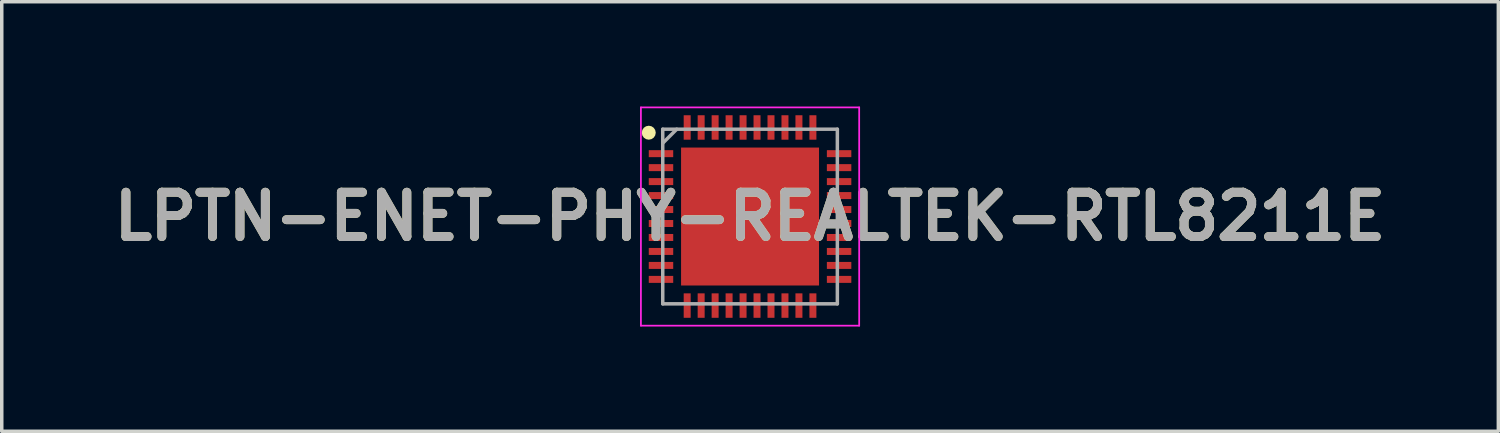
<source format=kicad_pcb>
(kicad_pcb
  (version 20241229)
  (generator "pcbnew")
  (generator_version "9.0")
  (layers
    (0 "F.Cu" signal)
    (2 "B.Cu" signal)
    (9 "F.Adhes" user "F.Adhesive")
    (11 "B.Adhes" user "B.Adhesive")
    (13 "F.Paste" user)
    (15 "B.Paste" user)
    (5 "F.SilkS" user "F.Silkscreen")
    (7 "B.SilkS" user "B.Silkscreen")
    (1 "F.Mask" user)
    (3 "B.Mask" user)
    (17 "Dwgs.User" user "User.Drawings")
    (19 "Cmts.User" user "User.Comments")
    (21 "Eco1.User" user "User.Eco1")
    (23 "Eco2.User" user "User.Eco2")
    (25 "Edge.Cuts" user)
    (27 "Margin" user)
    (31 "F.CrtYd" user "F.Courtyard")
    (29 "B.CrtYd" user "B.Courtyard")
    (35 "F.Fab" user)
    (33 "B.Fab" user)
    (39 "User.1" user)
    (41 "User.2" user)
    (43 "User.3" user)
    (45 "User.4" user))
  (footprint "LPTN-ENET-PHY-REALTEK-RTL8211E"
    (layer "F.Cu")
    (at 18.427 3.15)
    (property "Reference" "LPTN-ENET-PHY-REALTEK-RTL8211E" (at 0 0 0) (layer "F.SilkS") (effects (font (size 1.27 1.27) (thickness 0.254))))
    (attr smd)
    (fp_circle (center -2.9 -2.4) (end -2.9 -2.3) (stroke (width 0.2) (type solid)) (fill no) (layer "F.SilkS"))
    (fp_line (start -3.125 -3.125) (end 3.125 -3.125) (stroke (width 0.05) (type solid)) (layer "F.CrtYd"))
    (fp_line (start -3.125 3.125) (end -3.125 -3.125) (stroke (width 0.05) (type solid)) (layer "F.CrtYd"))
    (fp_line (start 3.125 -3.125) (end 3.125 3.125) (stroke (width 0.05) (type solid)) (layer "F.CrtYd"))
    (fp_line (start 3.125 3.125) (end -3.125 3.125) (stroke (width 0.05) (type solid)) (layer "F.CrtYd"))
    (fp_line (start -2.5 -2.5) (end 2.5 -2.5) (stroke (width 0.1) (type solid)) (layer "F.Fab"))
    (fp_line (start -2.5 -2.1) (end -2.1 -2.5) (stroke (width 0.1) (type solid)) (layer "F.Fab"))
    (fp_line (start -2.5 2.5) (end -2.5 -2.5) (stroke (width 0.1) (type solid)) (layer "F.Fab"))
    (fp_line (start 2.5 -2.5) (end 2.5 2.5) (stroke (width 0.1) (type solid)) (layer "F.Fab"))
    (fp_line (start 2.5 2.5) (end -2.5 2.5) (stroke (width 0.1) (type solid)) (layer "F.Fab"))
    (fp_text user "${REFERENCE}" (at 0 0 0) (layer "F.Fab") (effects (font (size 1.27 1.27) (thickness 0.254))))
    (pad "1" smd rect (at -2.55 -1.8 90) (size 0.2 0.7) (layers "F.Cu" "F.Mask" "F.Paste"))
    (pad "2" smd rect (at -2.55 -1.4 90) (size 0.2 0.7) (layers "F.Cu" "F.Mask" "F.Paste"))
    (pad "3" smd rect (at -2.55 -1 90) (size 0.2 0.7) (layers "F.Cu" "F.Mask" "F.Paste"))
    (pad "4" smd rect (at -2.55 -0.6 90) (size 0.2 0.7) (layers "F.Cu" "F.Mask" "F.Paste"))
    (pad "5" smd rect (at -2.55 -0.2 90) (size 0.2 0.7) (layers "F.Cu" "F.Mask" "F.Paste"))
    (pad "6" smd rect (at -2.55 0.2 90) (size 0.2 0.7) (layers "F.Cu" "F.Mask" "F.Paste"))
    (pad "7" smd rect (at -2.55 0.6 90) (size 0.2 0.7) (layers "F.Cu" "F.Mask" "F.Paste"))
    (pad "8" smd rect (at -2.55 1 90) (size 0.2 0.7) (layers "F.Cu" "F.Mask" "F.Paste"))
    (pad "9" smd rect (at -2.55 1.4 90) (size 0.2 0.7) (layers "F.Cu" "F.Mask" "F.Paste"))
    (pad "10" smd rect (at -2.55 1.8 90) (size 0.2 0.7) (layers "F.Cu" "F.Mask" "F.Paste"))
    (pad "11" smd rect (at -1.8 2.55) (size 0.2 0.7) (layers "F.Cu" "F.Mask" "F.Paste"))
    (pad "12" smd rect (at -1.4 2.55) (size 0.2 0.7) (layers "F.Cu" "F.Mask" "F.Paste"))
    (pad "13" smd rect (at -1 2.55) (size 0.2 0.7) (layers "F.Cu" "F.Mask" "F.Paste"))
    (pad "14" smd rect (at -0.6 2.55) (size 0.2 0.7) (layers "F.Cu" "F.Mask" "F.Paste"))
    (pad "15" smd rect (at -0.2 2.55) (size 0.2 0.7) (layers "F.Cu" "F.Mask" "F.Paste"))
    (pad "16" smd rect (at 0.2 2.55) (size 0.2 0.7) (layers "F.Cu" "F.Mask" "F.Paste"))
    (pad "17" smd rect (at 0.6 2.55) (size 0.2 0.7) (layers "F.Cu" "F.Mask" "F.Paste"))
    (pad "18" smd rect (at 1 2.55) (size 0.2 0.7) (layers "F.Cu" "F.Mask" "F.Paste"))
    (pad "19" smd rect (at 1.4 2.55) (size 0.2 0.7) (layers "F.Cu" "F.Mask" "F.Paste"))
    (pad "20" smd rect (at 1.8 2.55) (size 0.2 0.7) (layers "F.Cu" "F.Mask" "F.Paste"))
    (pad "21" smd rect (at 2.55 1.8 90) (size 0.2 0.7) (layers "F.Cu" "F.Mask" "F.Paste"))
    (pad "22" smd rect (at 2.55 1.4 90) (size 0.2 0.7) (layers "F.Cu" "F.Mask" "F.Paste"))
    (pad "23" smd rect (at 2.55 1 90) (size 0.2 0.7) (layers "F.Cu" "F.Mask" "F.Paste"))
    (pad "24" smd rect (at 2.55 0.6 90) (size 0.2 0.7) (layers "F.Cu" "F.Mask" "F.Paste"))
    (pad "25" smd rect (at 2.55 0.2 90) (size 0.2 0.7) (layers "F.Cu" "F.Mask" "F.Paste"))
    (pad "26" smd rect (at 2.55 -0.2 90) (size 0.2 0.7) (layers "F.Cu" "F.Mask" "F.Paste"))
    (pad "27" smd rect (at 2.55 -0.6 90) (size 0.2 0.7) (layers "F.Cu" "F.Mask" "F.Paste"))
    (pad "28" smd rect (at 2.55 -1 90) (size 0.2 0.7) (layers "F.Cu" "F.Mask" "F.Paste"))
    (pad "29" smd rect (at 2.55 -1.4 90) (size 0.2 0.7) (layers "F.Cu" "F.Mask" "F.Paste"))
    (pad "30" smd rect (at 2.55 -1.8 90) (size 0.2 0.7) (layers "F.Cu" "F.Mask" "F.Paste"))
    (pad "31" smd rect (at 1.8 -2.55) (size 0.2 0.7) (layers "F.Cu" "F.Mask" "F.Paste"))
    (pad "32" smd rect (at 1.4 -2.55) (size 0.2 0.7) (layers "F.Cu" "F.Mask" "F.Paste"))
    (pad "33" smd rect (at 1 -2.55) (size 0.2 0.7) (layers "F.Cu" "F.Mask" "F.Paste"))
    (pad "34" smd rect (at 0.6 -2.55) (size 0.2 0.7) (layers "F.Cu" "F.Mask" "F.Paste"))
    (pad "35" smd rect (at 0.2 -2.55) (size 0.2 0.7) (layers "F.Cu" "F.Mask" "F.Paste"))
    (pad "36" smd rect (at -0.2 -2.55) (size 0.2 0.7) (layers "F.Cu" "F.Mask" "F.Paste"))
    (pad "37" smd rect (at -0.6 -2.55) (size 0.2 0.7) (layers "F.Cu" "F.Mask" "F.Paste"))
    (pad "38" smd rect (at -1 -2.55) (size 0.2 0.7) (layers "F.Cu" "F.Mask" "F.Paste"))
    (pad "39" smd rect (at -1.4 -2.55) (size 0.2 0.7) (layers "F.Cu" "F.Mask" "F.Paste"))
    (pad "40" smd rect (at -1.8 -2.55) (size 0.2 0.7) (layers "F.Cu" "F.Mask" "F.Paste"))
    (pad "41" smd rect (at 0 0) (size 3.95 3.95) (layers "F.Cu" "F.Mask" "F.Paste")))
  (gr_rect
    (start -3 -3)
    (end 39.854 9.3)
    (stroke (width 0.1) (type default))
    (fill no)
    (layer "Edge.Cuts")))
</source>
